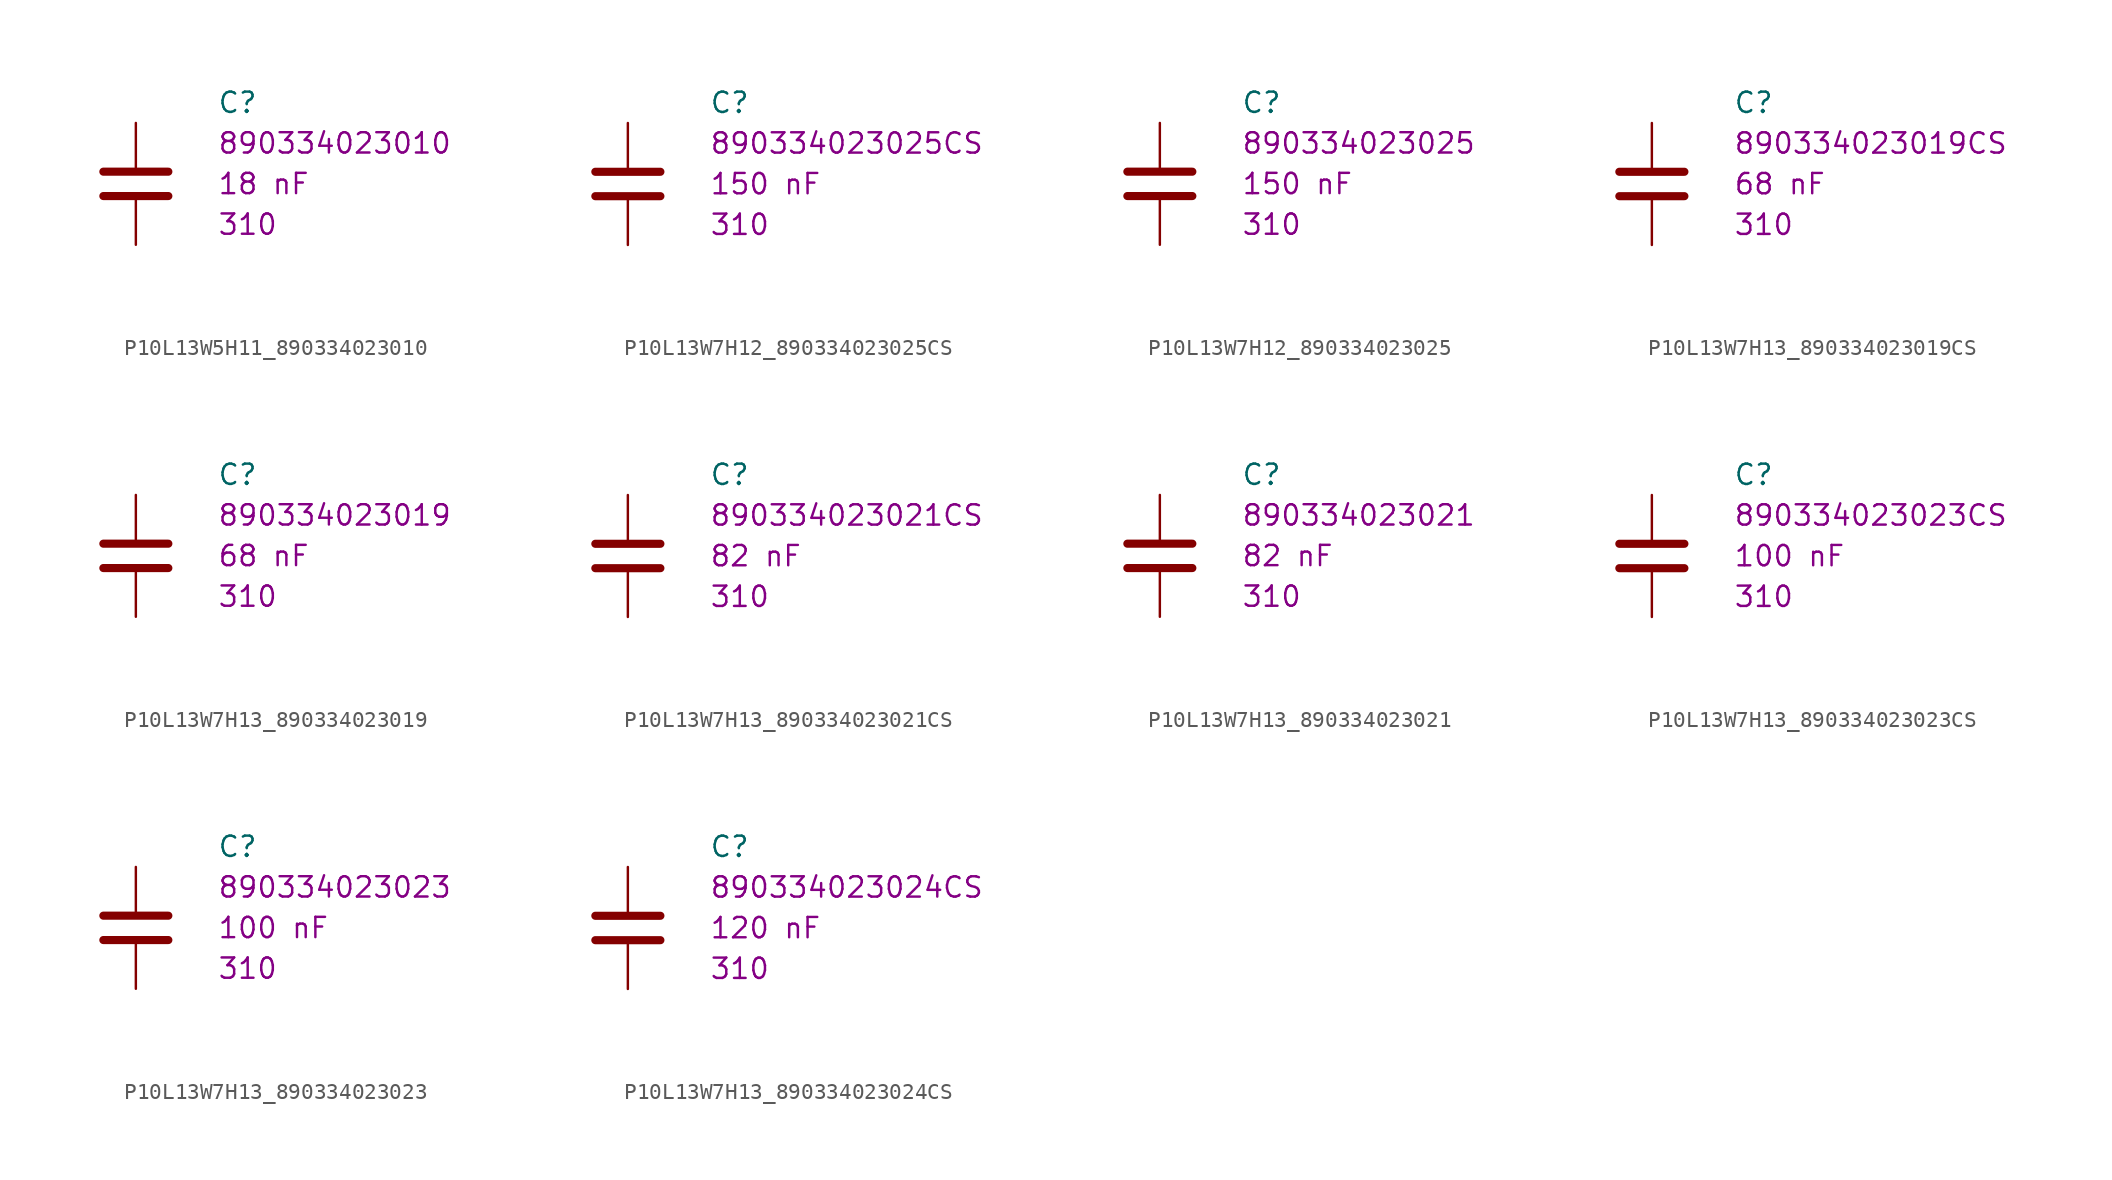
<source format=kicad_sym>
(kicad_symbol_lib
  (version 20220914)
  (generator kicad_symbol_editor)
  (symbol "P10L13W5H11_890334023010"
    (pin_numbers hide)
    (pin_names hide)
    (property "Reference" "C"
      (at 5.08 5.08 0)
      (effects (font (size 1.27 1.27)) (justify left)))
    (property "Part Number" "890334023010"
      (at 5.08 2.54 0)
      (effects (font (size 1.27 1.27)) (justify left)))
    (property "Capacitance" "18 nF"
      (at 5.08 0 0)
      (effects (font (size 1.27 1.27)) (justify left)))
    (property "Voltage" "310"
      (at 5.08 -2.54 0)
      (effects (font (size 1.27 1.27)) (justify left)))
    (property "Critical Parameter" ""
      (at 0 -7.62 0)
      (effects (font (size 1.27 1.27))))
    (symbol "P10L13W5H11_890334023010_0_1"
      (polyline (pts (xy -2.032 -0.762) (xy 2.032 -0.762)) (stroke (width 0.508) (type default)) (fill (type none)))
      (polyline (pts (xy -2.032 0.762) (xy 2.032 0.762)) (stroke (width 0.508) (type default)) (fill (type none))))
    (symbol "P10L13W5H11_890334023010_1_1"
      (pin passive line (at 0 3.81 270) (length 2.794) (name "1" (effects (font (size 1.27 1.27)))) (number "1" (effects (font (size 1.27 1.27)))))
      (pin passive line (at 0 -3.81 90) (length 2.794) (name "2" (effects (font (size 1.27 1.27)))) (number "2" (effects (font (size 1.27 1.27)))))))
  (symbol "P10L13W7H12_890334023025CS"
    (pin_numbers hide)
    (pin_names hide)
    (property "Reference" "C"
      (at 5.08 5.08 0)
      (effects (font (size 1.27 1.27)) (justify left)))
    (property "Part Number" "890334023025CS"
      (at 5.08 2.54 0)
      (effects (font (size 1.27 1.27)) (justify left)))
    (property "Capacitance" "150 nF"
      (at 5.08 0 0)
      (effects (font (size 1.27 1.27)) (justify left)))
    (property "Voltage" "310"
      (at 5.08 -2.54 0)
      (effects (font (size 1.27 1.27)) (justify left)))
    (property "Critical Parameter" ""
      (at 0 -7.62 0)
      (effects (font (size 1.27 1.27))))
    (symbol "P10L13W7H12_890334023025CS_0_1"
      (polyline (pts (xy -2.032 -0.762) (xy 2.032 -0.762)) (stroke (width 0.508) (type default)) (fill (type none)))
      (polyline (pts (xy -2.032 0.762) (xy 2.032 0.762)) (stroke (width 0.508) (type default)) (fill (type none))))
    (symbol "P10L13W7H12_890334023025CS_1_1"
      (pin passive line (at 0 3.81 270) (length 2.794) (name "1" (effects (font (size 1.27 1.27)))) (number "1" (effects (font (size 1.27 1.27)))))
      (pin passive line (at 0 -3.81 90) (length 2.794) (name "2" (effects (font (size 1.27 1.27)))) (number "2" (effects (font (size 1.27 1.27)))))))
  (symbol "P10L13W7H12_890334023025"
    (pin_numbers hide)
    (pin_names hide)
    (property "Reference" "C"
      (at 5.08 5.08 0)
      (effects (font (size 1.27 1.27)) (justify left)))
    (property "Part Number" "890334023025"
      (at 5.08 2.54 0)
      (effects (font (size 1.27 1.27)) (justify left)))
    (property "Capacitance" "150 nF"
      (at 5.08 0 0)
      (effects (font (size 1.27 1.27)) (justify left)))
    (property "Voltage" "310"
      (at 5.08 -2.54 0)
      (effects (font (size 1.27 1.27)) (justify left)))
    (property "Critical Parameter" ""
      (at 0 -7.62 0)
      (effects (font (size 1.27 1.27))))
    (symbol "P10L13W7H12_890334023025_0_1"
      (polyline (pts (xy -2.032 -0.762) (xy 2.032 -0.762)) (stroke (width 0.508) (type default)) (fill (type none)))
      (polyline (pts (xy -2.032 0.762) (xy 2.032 0.762)) (stroke (width 0.508) (type default)) (fill (type none))))
    (symbol "P10L13W7H12_890334023025_1_1"
      (pin passive line (at 0 3.81 270) (length 2.794) (name "1" (effects (font (size 1.27 1.27)))) (number "1" (effects (font (size 1.27 1.27)))))
      (pin passive line (at 0 -3.81 90) (length 2.794) (name "2" (effects (font (size 1.27 1.27)))) (number "2" (effects (font (size 1.27 1.27)))))))
  (symbol "P10L13W7H13_890334023019CS"
    (pin_numbers hide)
    (pin_names hide)
    (property "Reference" "C"
      (at 5.08 5.08 0)
      (effects (font (size 1.27 1.27)) (justify left)))
    (property "Part Number" "890334023019CS"
      (at 5.08 2.54 0)
      (effects (font (size 1.27 1.27)) (justify left)))
    (property "Capacitance" "68 nF"
      (at 5.08 0 0)
      (effects (font (size 1.27 1.27)) (justify left)))
    (property "Voltage" "310"
      (at 5.08 -2.54 0)
      (effects (font (size 1.27 1.27)) (justify left)))
    (property "Critical Parameter" ""
      (at 0 -7.62 0)
      (effects (font (size 1.27 1.27))))
    (symbol "P10L13W7H13_890334023019CS_0_1"
      (polyline (pts (xy -2.032 -0.762) (xy 2.032 -0.762)) (stroke (width 0.508) (type default)) (fill (type none)))
      (polyline (pts (xy -2.032 0.762) (xy 2.032 0.762)) (stroke (width 0.508) (type default)) (fill (type none))))
    (symbol "P10L13W7H13_890334023019CS_1_1"
      (pin passive line (at 0 3.81 270) (length 2.794) (name "1" (effects (font (size 1.27 1.27)))) (number "1" (effects (font (size 1.27 1.27)))))
      (pin passive line (at 0 -3.81 90) (length 2.794) (name "2" (effects (font (size 1.27 1.27)))) (number "2" (effects (font (size 1.27 1.27)))))))
  (symbol "P10L13W7H13_890334023019"
    (pin_numbers hide)
    (pin_names hide)
    (property "Reference" "C"
      (at 5.08 5.08 0)
      (effects (font (size 1.27 1.27)) (justify left)))
    (property "Part Number" "890334023019"
      (at 5.08 2.54 0)
      (effects (font (size 1.27 1.27)) (justify left)))
    (property "Capacitance" "68 nF"
      (at 5.08 0 0)
      (effects (font (size 1.27 1.27)) (justify left)))
    (property "Voltage" "310"
      (at 5.08 -2.54 0)
      (effects (font (size 1.27 1.27)) (justify left)))
    (property "Critical Parameter" ""
      (at 0 -7.62 0)
      (effects (font (size 1.27 1.27))))
    (symbol "P10L13W7H13_890334023019_0_1"
      (polyline (pts (xy -2.032 -0.762) (xy 2.032 -0.762)) (stroke (width 0.508) (type default)) (fill (type none)))
      (polyline (pts (xy -2.032 0.762) (xy 2.032 0.762)) (stroke (width 0.508) (type default)) (fill (type none))))
    (symbol "P10L13W7H13_890334023019_1_1"
      (pin passive line (at 0 3.81 270) (length 2.794) (name "1" (effects (font (size 1.27 1.27)))) (number "1" (effects (font (size 1.27 1.27)))))
      (pin passive line (at 0 -3.81 90) (length 2.794) (name "2" (effects (font (size 1.27 1.27)))) (number "2" (effects (font (size 1.27 1.27)))))))
  (symbol "P10L13W7H13_890334023021CS"
    (pin_numbers hide)
    (pin_names hide)
    (property "Reference" "C"
      (at 5.08 5.08 0)
      (effects (font (size 1.27 1.27)) (justify left)))
    (property "Part Number" "890334023021CS"
      (at 5.08 2.54 0)
      (effects (font (size 1.27 1.27)) (justify left)))
    (property "Capacitance" "82 nF"
      (at 5.08 0 0)
      (effects (font (size 1.27 1.27)) (justify left)))
    (property "Voltage" "310"
      (at 5.08 -2.54 0)
      (effects (font (size 1.27 1.27)) (justify left)))
    (property "Critical Parameter" ""
      (at 0 -7.62 0)
      (effects (font (size 1.27 1.27))))
    (symbol "P10L13W7H13_890334023021CS_0_1"
      (polyline (pts (xy -2.032 -0.762) (xy 2.032 -0.762)) (stroke (width 0.508) (type default)) (fill (type none)))
      (polyline (pts (xy -2.032 0.762) (xy 2.032 0.762)) (stroke (width 0.508) (type default)) (fill (type none))))
    (symbol "P10L13W7H13_890334023021CS_1_1"
      (pin passive line (at 0 3.81 270) (length 2.794) (name "1" (effects (font (size 1.27 1.27)))) (number "1" (effects (font (size 1.27 1.27)))))
      (pin passive line (at 0 -3.81 90) (length 2.794) (name "2" (effects (font (size 1.27 1.27)))) (number "2" (effects (font (size 1.27 1.27)))))))
  (symbol "P10L13W7H13_890334023021"
    (pin_numbers hide)
    (pin_names hide)
    (property "Reference" "C"
      (at 5.08 5.08 0)
      (effects (font (size 1.27 1.27)) (justify left)))
    (property "Part Number" "890334023021"
      (at 5.08 2.54 0)
      (effects (font (size 1.27 1.27)) (justify left)))
    (property "Capacitance" "82 nF"
      (at 5.08 0 0)
      (effects (font (size 1.27 1.27)) (justify left)))
    (property "Voltage" "310"
      (at 5.08 -2.54 0)
      (effects (font (size 1.27 1.27)) (justify left)))
    (property "Critical Parameter" ""
      (at 0 -7.62 0)
      (effects (font (size 1.27 1.27))))
    (symbol "P10L13W7H13_890334023021_0_1"
      (polyline (pts (xy -2.032 -0.762) (xy 2.032 -0.762)) (stroke (width 0.508) (type default)) (fill (type none)))
      (polyline (pts (xy -2.032 0.762) (xy 2.032 0.762)) (stroke (width 0.508) (type default)) (fill (type none))))
    (symbol "P10L13W7H13_890334023021_1_1"
      (pin passive line (at 0 3.81 270) (length 2.794) (name "1" (effects (font (size 1.27 1.27)))) (number "1" (effects (font (size 1.27 1.27)))))
      (pin passive line (at 0 -3.81 90) (length 2.794) (name "2" (effects (font (size 1.27 1.27)))) (number "2" (effects (font (size 1.27 1.27)))))))
  (symbol "P10L13W7H13_890334023023CS"
    (pin_numbers hide)
    (pin_names hide)
    (property "Reference" "C"
      (at 5.08 5.08 0)
      (effects (font (size 1.27 1.27)) (justify left)))
    (property "Part Number" "890334023023CS"
      (at 5.08 2.54 0)
      (effects (font (size 1.27 1.27)) (justify left)))
    (property "Capacitance" "100 nF"
      (at 5.08 0 0)
      (effects (font (size 1.27 1.27)) (justify left)))
    (property "Voltage" "310"
      (at 5.08 -2.54 0)
      (effects (font (size 1.27 1.27)) (justify left)))
    (property "Critical Parameter" ""
      (at 0 -7.62 0)
      (effects (font (size 1.27 1.27))))
    (symbol "P10L13W7H13_890334023023CS_0_1"
      (polyline (pts (xy -2.032 -0.762) (xy 2.032 -0.762)) (stroke (width 0.508) (type default)) (fill (type none)))
      (polyline (pts (xy -2.032 0.762) (xy 2.032 0.762)) (stroke (width 0.508) (type default)) (fill (type none))))
    (symbol "P10L13W7H13_890334023023CS_1_1"
      (pin passive line (at 0 3.81 270) (length 2.794) (name "1" (effects (font (size 1.27 1.27)))) (number "1" (effects (font (size 1.27 1.27)))))
      (pin passive line (at 0 -3.81 90) (length 2.794) (name "2" (effects (font (size 1.27 1.27)))) (number "2" (effects (font (size 1.27 1.27)))))))
  (symbol "P10L13W7H13_890334023023"
    (pin_numbers hide)
    (pin_names hide)
    (property "Reference" "C"
      (at 5.08 5.08 0)
      (effects (font (size 1.27 1.27)) (justify left)))
    (property "Part Number" "890334023023"
      (at 5.08 2.54 0)
      (effects (font (size 1.27 1.27)) (justify left)))
    (property "Capacitance" "100 nF"
      (at 5.08 0 0)
      (effects (font (size 1.27 1.27)) (justify left)))
    (property "Voltage" "310"
      (at 5.08 -2.54 0)
      (effects (font (size 1.27 1.27)) (justify left)))
    (property "Critical Parameter" ""
      (at 0 -7.62 0)
      (effects (font (size 1.27 1.27))))
    (symbol "P10L13W7H13_890334023023_0_1"
      (polyline (pts (xy -2.032 -0.762) (xy 2.032 -0.762)) (stroke (width 0.508) (type default)) (fill (type none)))
      (polyline (pts (xy -2.032 0.762) (xy 2.032 0.762)) (stroke (width 0.508) (type default)) (fill (type none))))
    (symbol "P10L13W7H13_890334023023_1_1"
      (pin passive line (at 0 3.81 270) (length 2.794) (name "1" (effects (font (size 1.27 1.27)))) (number "1" (effects (font (size 1.27 1.27)))))
      (pin passive line (at 0 -3.81 90) (length 2.794) (name "2" (effects (font (size 1.27 1.27)))) (number "2" (effects (font (size 1.27 1.27)))))))
  (symbol "P10L13W7H13_890334023024CS"
    (pin_numbers hide)
    (pin_names hide)
    (property "Reference" "C"
      (at 5.08 5.08 0)
      (effects (font (size 1.27 1.27)) (justify left)))
    (property "Part Number" "890334023024CS"
      (at 5.08 2.54 0)
      (effects (font (size 1.27 1.27)) (justify left)))
    (property "Capacitance" "120 nF"
      (at 5.08 0 0)
      (effects (font (size 1.27 1.27)) (justify left)))
    (property "Voltage" "310"
      (at 5.08 -2.54 0)
      (effects (font (size 1.27 1.27)) (justify left)))
    (property "Critical Parameter" ""
      (at 0 -7.62 0)
      (effects (font (size 1.27 1.27))))
    (symbol "P10L13W7H13_890334023024CS_0_1"
      (polyline (pts (xy -2.032 -0.762) (xy 2.032 -0.762)) (stroke (width 0.508) (type default)) (fill (type none)))
      (polyline (pts (xy -2.032 0.762) (xy 2.032 0.762)) (stroke (width 0.508) (type default)) (fill (type none))))
    (symbol "P10L13W7H13_890334023024CS_1_1"
      (pin passive line (at 0 3.81 270) (length 2.794) (name "1" (effects (font (size 1.27 1.27)))) (number "1" (effects (font (size 1.27 1.27)))))
      (pin passive line (at 0 -3.81 90) (length 2.794) (name "2" (effects (font (size 1.27 1.27)))) (number "2" (effects (font (size 1.27 1.27))))))))
</source>
